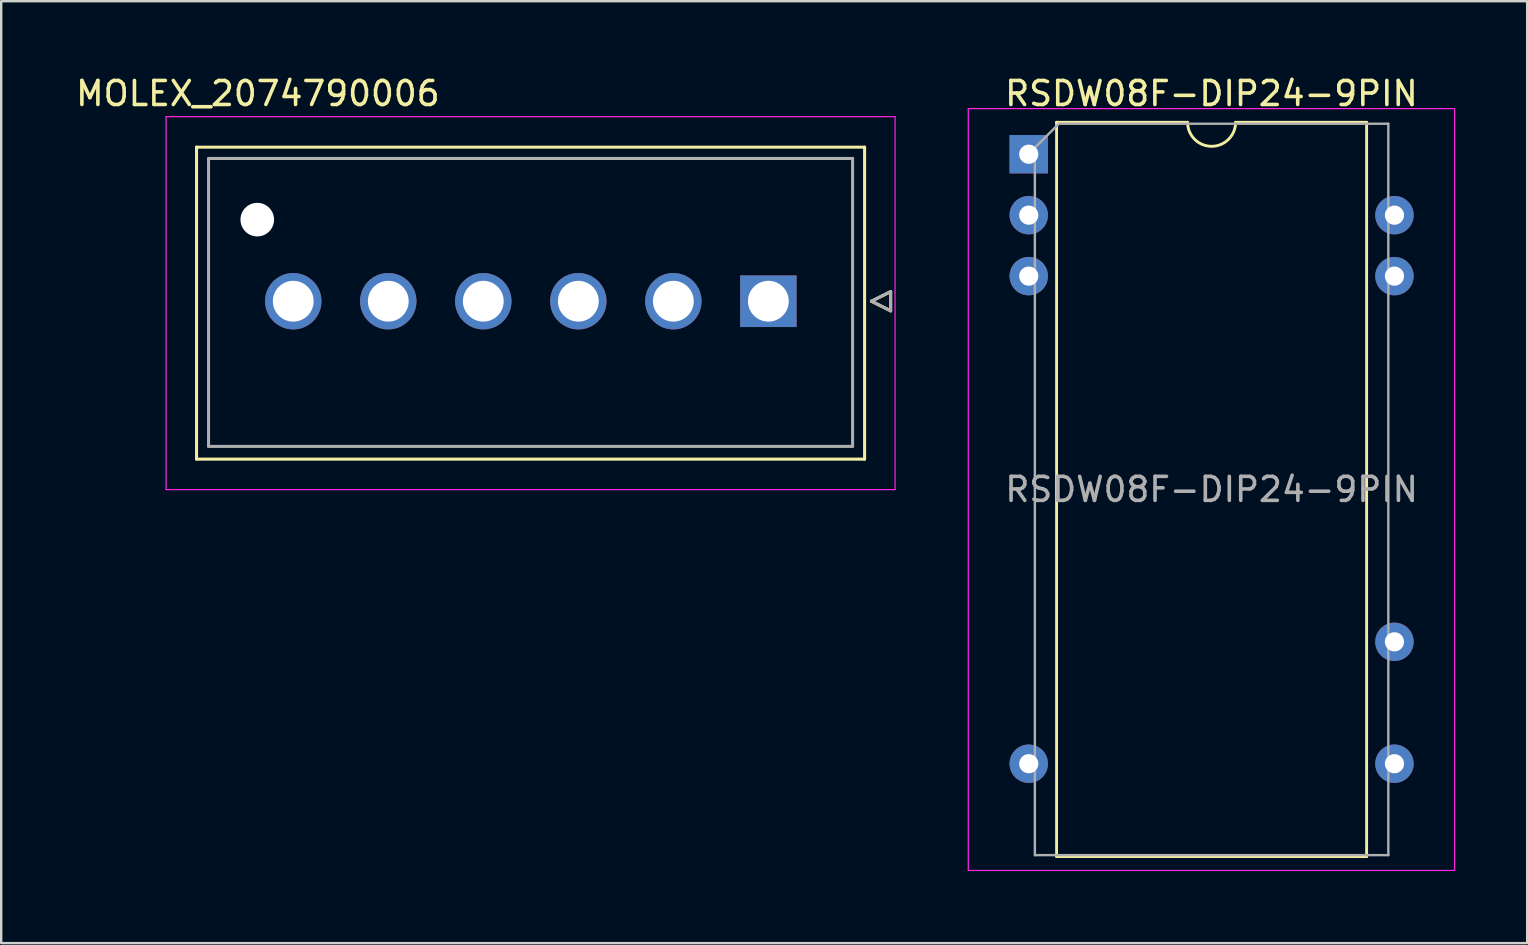
<source format=kicad_pcb>
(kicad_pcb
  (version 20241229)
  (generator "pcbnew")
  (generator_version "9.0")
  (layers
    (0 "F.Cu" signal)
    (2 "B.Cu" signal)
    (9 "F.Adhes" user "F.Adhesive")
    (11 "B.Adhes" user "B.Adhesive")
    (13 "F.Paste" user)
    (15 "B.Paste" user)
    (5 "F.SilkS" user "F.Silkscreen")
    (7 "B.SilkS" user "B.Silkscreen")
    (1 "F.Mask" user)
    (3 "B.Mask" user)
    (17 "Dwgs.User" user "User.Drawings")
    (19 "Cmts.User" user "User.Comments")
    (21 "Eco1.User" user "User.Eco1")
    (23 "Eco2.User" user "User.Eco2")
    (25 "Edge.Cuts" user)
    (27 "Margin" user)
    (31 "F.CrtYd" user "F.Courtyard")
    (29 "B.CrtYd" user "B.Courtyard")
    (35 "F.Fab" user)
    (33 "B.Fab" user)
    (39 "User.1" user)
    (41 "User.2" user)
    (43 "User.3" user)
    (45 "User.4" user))
  (footprint "RSDW08F-DIP24-9PIN"
    (layer "F.Cu")
    (at 47.435 13.548)
    (property "Reference" "RSDW08F-DIP24-9PIN" (at 0 -12.7 0) (unlocked yes) (layer "F.SilkS") (effects (font (size 1 1) (thickness 0.15))))
    (attr smd)
    (fp_line (start -6.453 -11.501) (end -6.453 19.099) (stroke (width 0.12) (type solid)) (layer "F.SilkS"))
    (fp_line (start -6.453 19.099) (end 6.467 19.099) (stroke (width 0.12) (type solid)) (layer "F.SilkS"))
    (fp_line (start -0.993 -11.501) (end -6.453 -11.501) (stroke (width 0.12) (type solid)) (layer "F.SilkS"))
    (fp_line (start 6.467 -11.501) (end 1.007 -11.501) (stroke (width 0.12) (type solid)) (layer "F.SilkS"))
    (fp_line (start 6.467 19.099) (end 6.467 -11.501) (stroke (width 0.12) (type solid)) (layer "F.SilkS"))
    (fp_arc (start 1.0068 -11.5006) (mid 0.0068 -10.5006) (end -0.9932 -11.5006) (stroke (width 0.12) (type solid)) (layer "F.SilkS"))
    (fp_line (start -10.133 -12.071) (end -10.133 19.679) (stroke (width 0.05) (type solid)) (layer "F.CrtYd"))
    (fp_line (start -10.133 19.679) (end 10.134 19.679) (stroke (width 0.05) (type solid)) (layer "F.CrtYd"))
    (fp_line (start 10.134 -12.071) (end -10.133 -12.071) (stroke (width 0.05) (type solid)) (layer "F.CrtYd"))
    (fp_line (start 10.134 19.679) (end 10.134 -12.071) (stroke (width 0.05) (type solid)) (layer "F.CrtYd"))
    (fp_line (start -7.358 -10.441) (end -6.358 -11.441) (stroke (width 0.1) (type solid)) (layer "F.Fab"))
    (fp_line (start -7.358 19.039) (end -7.358 -10.441) (stroke (width 0.1) (type solid)) (layer "F.Fab"))
    (fp_line (start -6.358 -11.441) (end 7.372 -11.441) (stroke (width 0.1) (type solid)) (layer "F.Fab"))
    (fp_line (start 7.372 -11.441) (end 7.372 19.039) (stroke (width 0.1) (type solid)) (layer "F.Fab"))
    (fp_line (start 7.372 19.039) (end -7.358 19.039) (stroke (width 0.1) (type solid)) (layer "F.Fab"))
    (fp_text user "${REFERENCE}" (at 0.007 3.799 0) (layer "F.Fab") (effects (font (size 1 1) (thickness 0.15))))
    (pad "1" thru_hole rect (at -7.613 -10.171) (size 1.6 1.6) (drill 0.8) (layers "*.Cu" "*.Mask"))
    (pad "2" thru_hole oval (at -7.613 -7.631) (size 1.6 1.6) (drill 0.8) (layers "*.Cu" "*.Mask"))
    (pad "3" thru_hole oval (at -7.613 -5.091) (size 1.6 1.6) (drill 0.8) (layers "*.Cu" "*.Mask"))
    (pad "11" thru_hole oval (at -7.613 15.229) (size 1.6 1.6) (drill 0.8) (layers "*.Cu" "*.Mask"))
    (pad "14" thru_hole oval (at 7.627 15.229) (size 1.6 1.6) (drill 0.8) (layers "*.Cu" "*.Mask"))
    (pad "16" thru_hole oval (at 7.627 10.149) (size 1.6 1.6) (drill 0.8) (layers "*.Cu" "*.Mask"))
    (pad "22" thru_hole oval (at 7.627 -5.091) (size 1.6 1.6) (drill 0.8) (layers "*.Cu" "*.Mask"))
    (pad "23" thru_hole oval (at 7.627 -7.631) (size 1.6 1.6) (drill 0.8) (layers "*.Cu" "*.Mask")))
  (footprint "MOLEX_2074790006"
    (layer "F.Cu")
    (at 28.971 9.503)
    (property "Reference" "MOLEX_2074790006" (at -21.275 -8.655 0) (layer "F.SilkS") (effects (font (size 1 1) (thickness 0.15))))
    (attr through_hole)
    (fp_circle (center -21.3 -3.4) (end -20.912 -3.4) (stroke (width 0.776) (type solid)) (fill no) (layer "F.Mask"))
    (fp_circle (center -19.8 0) (end -19.224 0) (stroke (width 1.151) (type solid)) (fill no) (layer "F.Mask"))
    (fp_circle (center -15.84 0) (end -15.264 0) (stroke (width 1.151) (type solid)) (fill no) (layer "F.Mask"))
    (fp_circle (center -11.88 0) (end -11.304 0) (stroke (width 1.151) (type solid)) (fill no) (layer "F.Mask"))
    (fp_circle (center -7.92 0) (end -7.344 0) (stroke (width 1.151) (type solid)) (fill no) (layer "F.Mask"))
    (fp_circle (center -3.96 0) (end -3.384 0) (stroke (width 1.151) (type solid)) (fill no) (layer "F.Mask"))
    (fp_poly (pts (xy -1.151 -1.151) (xy 1.151 -1.151) (xy 1.151 1.151) (xy -1.151 1.151)) (stroke (width 0.01) (type solid)) (fill yes) (layer "F.Mask"))
    (fp_circle (center -21.3 -3.4) (end -20.912 -3.4) (stroke (width 0.776) (type solid)) (fill no) (layer "B.Mask"))
    (fp_circle (center -19.8 0) (end -19.224 0) (stroke (width 1.151) (type solid)) (fill no) (layer "B.Mask"))
    (fp_circle (center -15.84 0) (end -15.264 0) (stroke (width 1.151) (type solid)) (fill no) (layer "B.Mask"))
    (fp_circle (center -11.88 0) (end -11.304 0) (stroke (width 1.151) (type solid)) (fill no) (layer "B.Mask"))
    (fp_circle (center -7.92 0) (end -7.344 0) (stroke (width 1.151) (type solid)) (fill no) (layer "B.Mask"))
    (fp_circle (center -3.96 0) (end -3.384 0) (stroke (width 1.151) (type solid)) (fill no) (layer "B.Mask"))
    (fp_poly (pts (xy -1.151 -1.151) (xy 1.151 -1.151) (xy 1.151 1.151) (xy -1.151 1.151)) (stroke (width 0.01) (type solid)) (fill yes) (layer "B.Mask"))
    (fp_line (start -23.83 -6.42) (end 4.01 -6.42) (stroke (width 0.127) (type solid)) (layer "F.SilkS"))
    (fp_line (start -23.83 6.58) (end -23.83 -6.42) (stroke (width 0.127) (type solid)) (layer "F.SilkS"))
    (fp_line (start 4.01 6.58) (end -23.83 6.58) (stroke (width 0.127) (type solid)) (layer "F.SilkS"))
    (fp_line (start 4.01 6.58) (end 4.01 -6.42) (stroke (width 0.127) (type solid)) (layer "F.SilkS"))
    (fp_line (start 4.295 0) (end 5.095 -0.4) (stroke (width 0.127) (type solid)) (layer "F.SilkS"))
    (fp_line (start 5.095 -0.4) (end 5.095 0.4) (stroke (width 0.127) (type solid)) (layer "F.SilkS"))
    (fp_line (start 5.095 0.4) (end 4.295 0) (stroke (width 0.127) (type solid)) (layer "F.SilkS"))
    (fp_line (start -25.1 -7.69) (end 5.28 -7.69) (stroke (width 0.05) (type solid)) (layer "F.CrtYd"))
    (fp_line (start -25.1 7.85) (end -25.1 -7.69) (stroke (width 0.05) (type solid)) (layer "F.CrtYd"))
    (fp_line (start 5.28 7.85) (end -25.1 7.85) (stroke (width 0.05) (type solid)) (layer "F.CrtYd"))
    (fp_line (start 5.28 7.85) (end 5.28 -7.69) (stroke (width 0.05) (type solid)) (layer "F.CrtYd"))
    (fp_line (start -23.33 -5.95) (end 3.51 -5.95) (stroke (width 0.127) (type solid)) (layer "F.Fab"))
    (fp_line (start -23.33 6.05) (end -23.33 -5.95) (stroke (width 0.127) (type solid)) (layer "F.Fab"))
    (fp_line (start 3.51 6.05) (end -23.33 6.05) (stroke (width 0.127) (type solid)) (layer "F.Fab"))
    (fp_line (start 3.51 6.05) (end 3.51 -5.95) (stroke (width 0.127) (type solid)) (layer "F.Fab"))
    (fp_line (start 4.295 0) (end 5.095 -0.4) (stroke (width 0.127) (type solid)) (layer "F.Fab"))
    (fp_line (start 5.095 -0.4) (end 5.095 0.4) (stroke (width 0.127) (type solid)) (layer "F.Fab"))
    (fp_line (start 5.095 0.4) (end 4.295 0) (stroke (width 0.127) (type solid)) (layer "F.Fab"))
    (pad "" np_thru_hole circle (at -21.3 -3.4) (size 1.4 1.4) (drill 1.4) (layers "*.Cu" "*.Mask"))
    (pad "1" thru_hole rect (at 0 0) (size 2.35 2.15) (drill 1.7) (layers "*.Cu"))
    (pad "2" thru_hole circle (at -3.96 0) (size 2.35 2.35) (drill 1.7) (layers "*.Cu"))
    (pad "3" thru_hole circle (at -7.92 0) (size 2.35 2.35) (drill 1.7) (layers "*.Cu"))
    (pad "4" thru_hole circle (at -11.88 0) (size 2.35 2.35) (drill 1.7) (layers "*.Cu"))
    (pad "5" thru_hole circle (at -15.84 0) (size 2.35 2.35) (drill 1.7) (layers "*.Cu"))
    (pad "6" thru_hole circle (at -19.8 0) (size 2.35 2.35) (drill 1.7) (layers "*.Cu")))
  (gr_rect
    (start -3 -3)
    (end 60.593 36.253)
    (stroke (width 0.1) (type default))
    (fill no)
    (layer "Edge.Cuts")))
</source>
